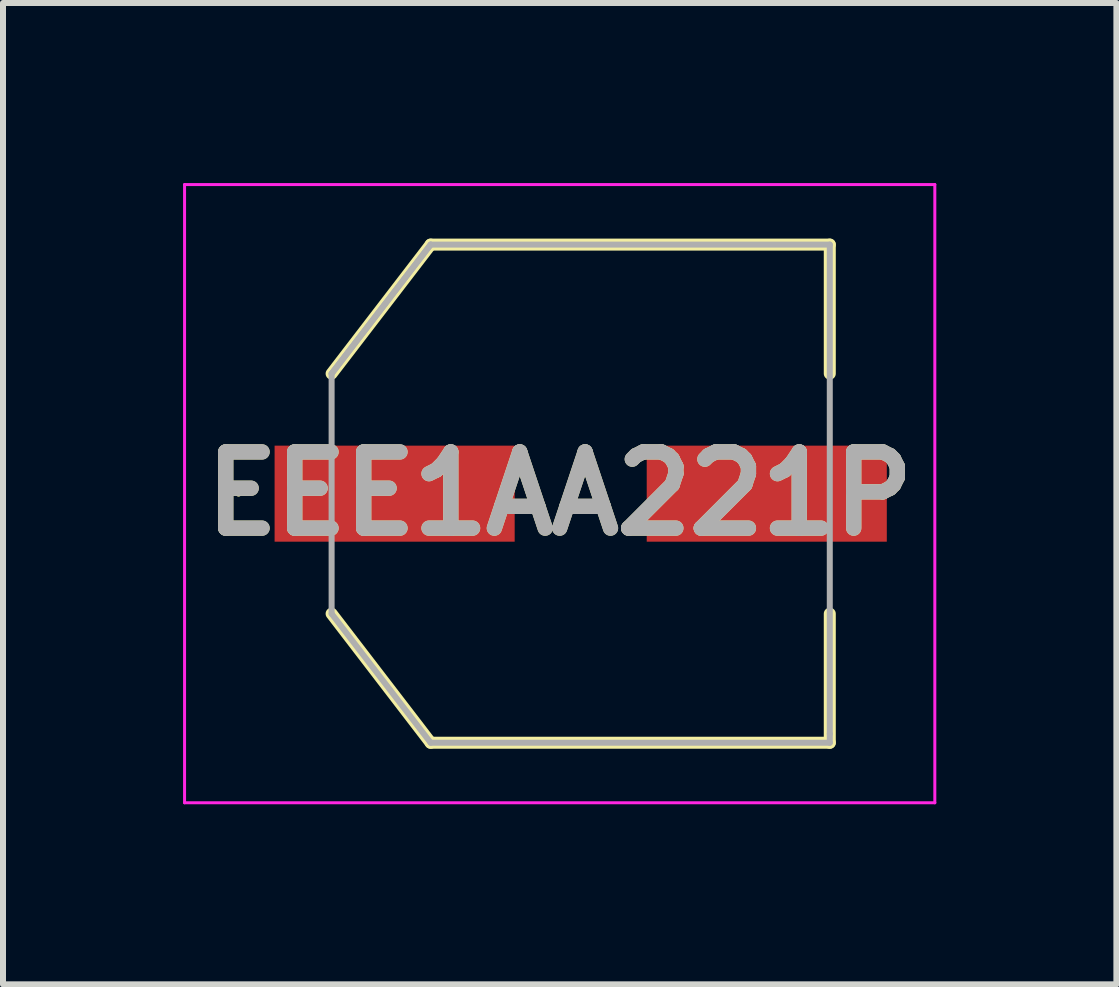
<source format=kicad_pcb>
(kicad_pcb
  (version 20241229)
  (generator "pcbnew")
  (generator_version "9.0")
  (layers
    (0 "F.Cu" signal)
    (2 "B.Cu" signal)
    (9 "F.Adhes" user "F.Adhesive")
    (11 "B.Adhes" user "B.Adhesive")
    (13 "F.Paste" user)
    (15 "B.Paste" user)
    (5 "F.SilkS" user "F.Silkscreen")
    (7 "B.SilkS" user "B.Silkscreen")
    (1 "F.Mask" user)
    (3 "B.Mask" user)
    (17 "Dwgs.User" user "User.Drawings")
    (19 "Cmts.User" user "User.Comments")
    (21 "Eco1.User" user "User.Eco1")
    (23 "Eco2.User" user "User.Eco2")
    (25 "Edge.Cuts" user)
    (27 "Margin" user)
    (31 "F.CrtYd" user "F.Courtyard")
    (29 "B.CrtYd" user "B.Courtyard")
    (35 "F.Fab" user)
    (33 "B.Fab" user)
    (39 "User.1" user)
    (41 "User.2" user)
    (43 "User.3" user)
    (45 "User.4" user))
  (footprint "EEE1AA221P"
    (layer "F.Cu")
    (at 6.625 5.175)
    (property "Reference" "EEE1AA221P" (at -0.35 0 0) (layer "F.SilkS") (effects (font (size 1.27 1.27) (thickness 0.254))))
    (attr smd)
    (fp_line (start -5.725 0) (end -5.725 0) (stroke (width 0.05) (type solid)) (layer "F.SilkS"))
    (fp_line (start -5.675 0) (end -5.675 0) (stroke (width 0.05) (type solid)) (layer "F.SilkS"))
    (fp_line (start -4.15 -2) (end -2.5 -4.15) (stroke (width 0.2) (type solid)) (layer "F.SilkS"))
    (fp_line (start -4.15 2) (end -2.5 4.15) (stroke (width 0.2) (type solid)) (layer "F.SilkS"))
    (fp_line (start -2.5 -4.15) (end 4.15 -4.15) (stroke (width 0.2) (type solid)) (layer "F.SilkS"))
    (fp_line (start -2.5 4.15) (end 4.15 4.15) (stroke (width 0.2) (type solid)) (layer "F.SilkS"))
    (fp_line (start 4.15 -4.15) (end 4.15 -2) (stroke (width 0.2) (type solid)) (layer "F.SilkS"))
    (fp_line (start 4.15 4.15) (end 4.15 2) (stroke (width 0.2) (type solid)) (layer "F.SilkS"))
    (fp_arc (start -5.725 0) (mid -5.7 -0.025) (end -5.675 0) (stroke (width 0.05) (type solid)) (layer "F.SilkS"))
    (fp_arc (start -5.675 0) (mid -5.7 0.025) (end -5.725 0) (stroke (width 0.05) (type solid)) (layer "F.SilkS"))
    (fp_line (start -6.6 -5.15) (end 5.9 -5.15) (stroke (width 0.05) (type solid)) (layer "F.CrtYd"))
    (fp_line (start -6.6 5.15) (end -6.6 -5.15) (stroke (width 0.05) (type solid)) (layer "F.CrtYd"))
    (fp_line (start 5.9 -5.15) (end 5.9 5.15) (stroke (width 0.05) (type solid)) (layer "F.CrtYd"))
    (fp_line (start 5.9 5.15) (end -6.6 5.15) (stroke (width 0.05) (type solid)) (layer "F.CrtYd"))
    (fp_line (start -4.15 -2) (end -2.5 -4.15) (stroke (width 0.1) (type solid)) (layer "F.Fab"))
    (fp_line (start -4.15 -2) (end -2.5 -4.15) (stroke (width 0.1) (type solid)) (layer "F.Fab"))
    (fp_line (start -4.15 2) (end -4.15 -2) (stroke (width 0.1) (type solid)) (layer "F.Fab"))
    (fp_line (start -2.5 -4.15) (end 4.15 -4.15) (stroke (width 0.1) (type solid)) (layer "F.Fab"))
    (fp_line (start -2.5 4.15) (end -4.15 2) (stroke (width 0.1) (type solid)) (layer "F.Fab"))
    (fp_line (start 4.15 -4.15) (end 4.15 4) (stroke (width 0.1) (type solid)) (layer "F.Fab"))
    (fp_line (start 4.15 4) (end 4.15 4.15) (stroke (width 0.1) (type solid)) (layer "F.Fab"))
    (fp_line (start 4.15 4.15) (end -2.5 4.15) (stroke (width 0.1) (type solid)) (layer "F.Fab"))
    (fp_text user "${REFERENCE}" (at -0.35 0 0) (layer "F.Fab") (effects (font (size 1.27 1.27) (thickness 0.254))))
    (pad "1" smd rect (at -3.1 0 90) (size 1.6 4) (layers "F.Cu" "F.Mask" "F.Paste"))
    (pad "2" smd rect (at 3.1 0 90) (size 1.6 4) (layers "F.Cu" "F.Mask" "F.Paste")))
  (gr_rect
    (start -3 -3)
    (end 15.55 13.35)
    (stroke (width 0.1) (type default))
    (fill no)
    (layer "Edge.Cuts")))
</source>
